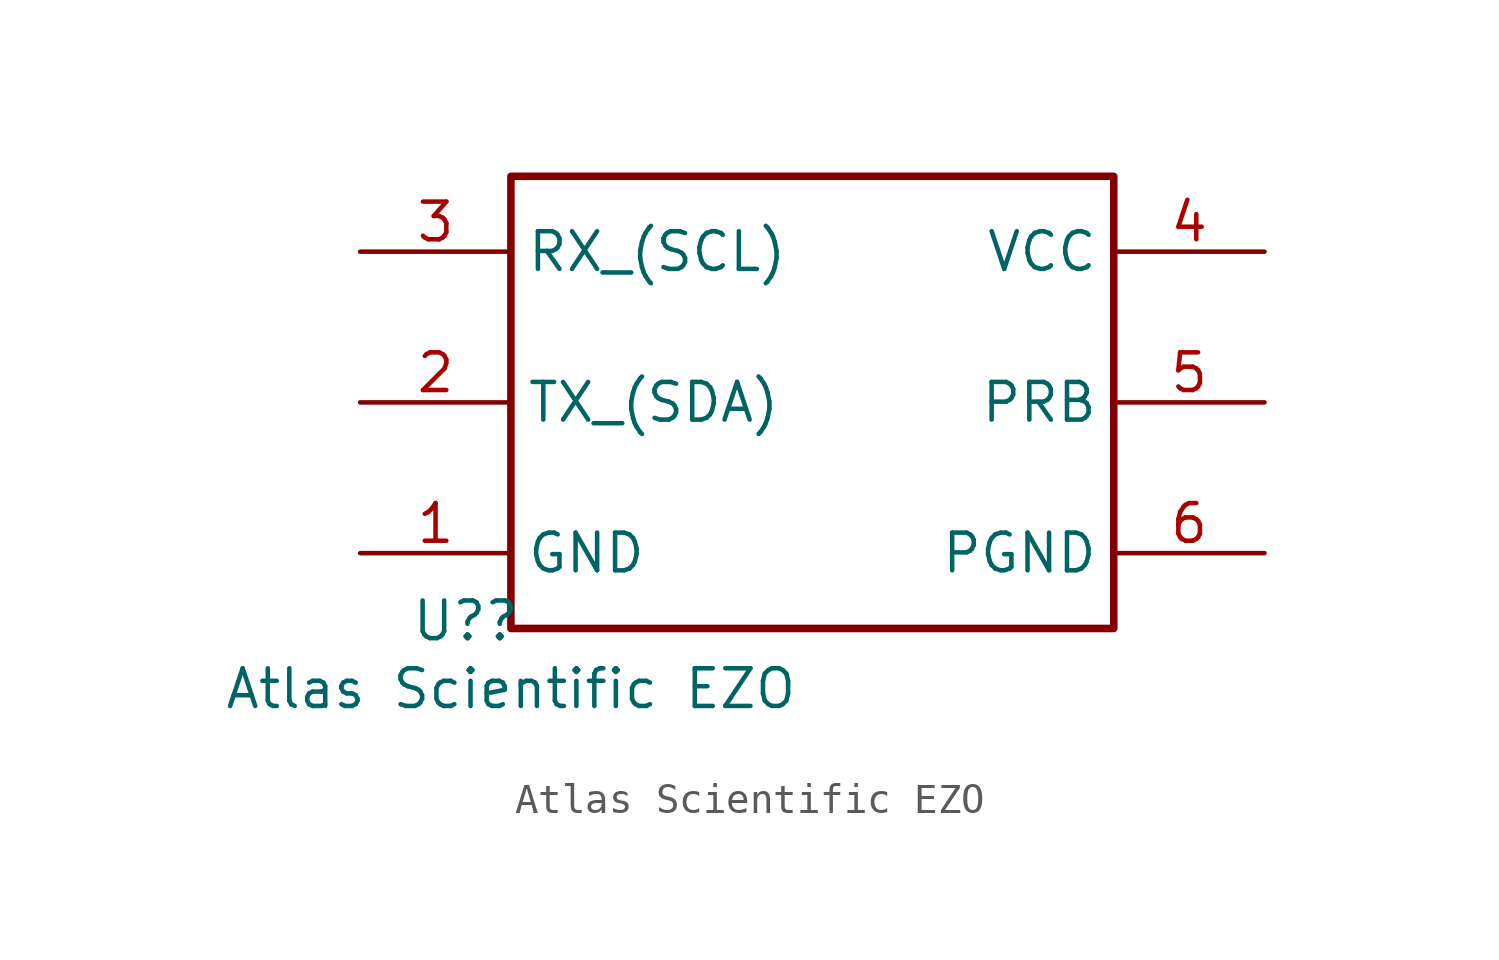
<source format=kicad_sym>
(kicad_symbol_lib
  (version 20241209)
  (generator "kicad_symbol_editor")
  (generator_version "9.0")
  (symbol "Atlas Scientific EZO"
    (property "Reference" "U?"
      (at -1.524 0.254 0)
      (effects (font (size 1.27 1.27))))
    (property "Value" "Atlas Scientific EZO"
      (at 0 -2.032 0)
      (effects (font (size 1.27 1.27))))
    (symbol "Atlas Scientific EZO_0_0"
      (rectangle (start 0 15.24) (end 20.32 0) (stroke (width 0.254) (type solid)) (fill (type none)))
      (pin bidirectional line (at -5.08 12.7 0) (length 5.08) (name "RX_(SCL)" (effects (font (size 1.27 1.27)))) (number "3" (effects (font (size 1.27 1.27)))))
      (pin bidirectional line (at -5.08 7.62 0) (length 5.08) (name "TX_(SDA)" (effects (font (size 1.27 1.27)))) (number "2" (effects (font (size 1.27 1.27)))))
      (pin passive line (at -5.08 2.54 0) (length 5.08) (name "GND" (effects (font (size 1.27 1.27)))) (number "1" (effects (font (size 1.27 1.27)))))
      (pin passive line (at 25.4 12.7 180) (length 5.08) (name "VCC" (effects (font (size 1.27 1.27)))) (number "4" (effects (font (size 1.27 1.27)))))
      (pin passive line (at 25.4 2.54 180) (length 5.08) (name "PGND" (effects (font (size 1.27 1.27)))) (number "6" (effects (font (size 1.27 1.27))))))
    (symbol "Atlas Scientific EZO_1_0"
      (pin input line (at 25.4 7.62 180) (length 5.08) (name "PRB" (effects (font (size 1.27 1.27)))) (number "5" (effects (font (size 1.27 1.27))))))))
</source>
